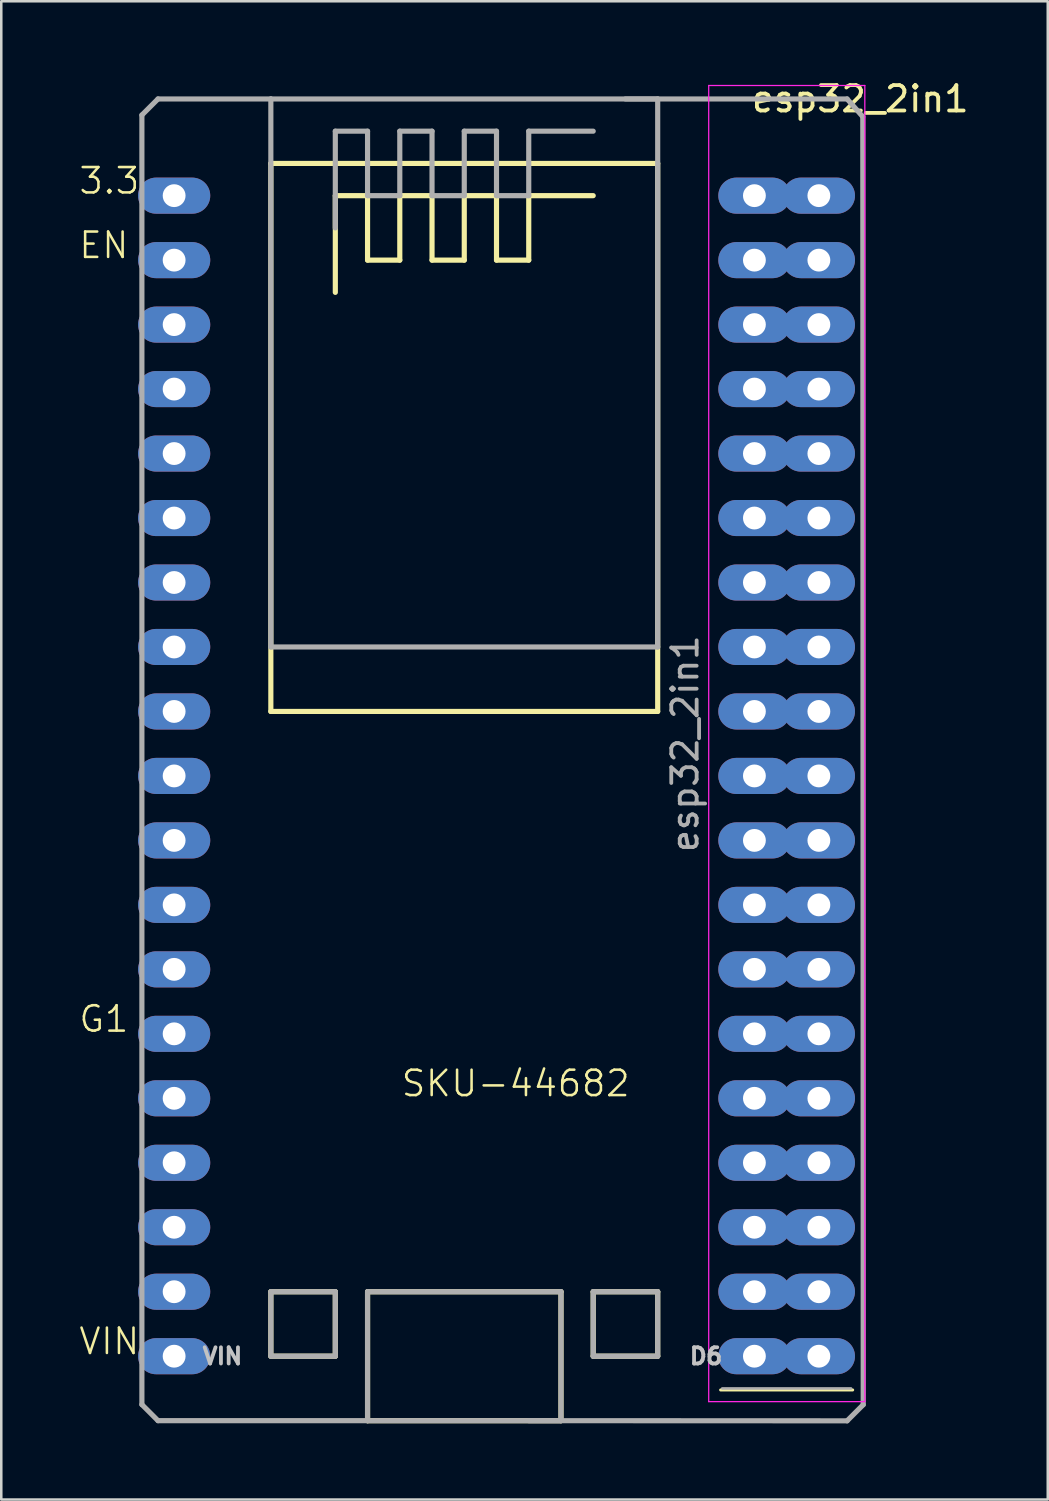
<source format=kicad_pcb>
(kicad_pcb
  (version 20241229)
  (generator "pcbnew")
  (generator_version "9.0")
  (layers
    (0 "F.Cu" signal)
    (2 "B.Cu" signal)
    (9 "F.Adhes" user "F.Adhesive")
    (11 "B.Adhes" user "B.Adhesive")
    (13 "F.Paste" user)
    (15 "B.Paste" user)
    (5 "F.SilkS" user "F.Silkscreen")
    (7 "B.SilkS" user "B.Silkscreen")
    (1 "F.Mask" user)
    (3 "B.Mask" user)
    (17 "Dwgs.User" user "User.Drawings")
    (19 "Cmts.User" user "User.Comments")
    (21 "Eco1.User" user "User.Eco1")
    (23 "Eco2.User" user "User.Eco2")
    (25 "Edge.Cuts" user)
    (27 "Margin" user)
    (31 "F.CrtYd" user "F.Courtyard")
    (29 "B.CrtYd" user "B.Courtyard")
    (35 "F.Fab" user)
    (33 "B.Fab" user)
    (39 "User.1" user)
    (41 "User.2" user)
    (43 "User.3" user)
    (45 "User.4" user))
  (footprint "esp32_2in1"
    (layer "F.Cu")
    (at 15.84 26.248)
    (property "Reference" "esp32_2in1" (at 15 -25.4 0) (layer "F.SilkS") (effects (font (size 1 1) (thickness 0.15))))
    (attr through_hole)
    (fp_line (start -8.22 -22.86) (end -8.22 -1.27) (stroke (width 0.203) (type solid)) (layer "F.SilkS"))
    (fp_line (start -8.22 -22.86) (end 7.02 -22.86) (stroke (width 0.203) (type solid)) (layer "F.SilkS"))
    (fp_line (start -8.22 -1.27) (end 7.02 -1.27) (stroke (width 0.203) (type solid)) (layer "F.SilkS"))
    (fp_line (start -8.22 21.59) (end -5.68 21.59) (stroke (width 0.203) (type solid)) (layer "F.SilkS"))
    (fp_line (start -8.22 24.13) (end -8.22 21.59) (stroke (width 0.203) (type solid)) (layer "F.SilkS"))
    (fp_line (start -5.68 -21.59) (end -4.41 -21.59) (stroke (width 0.203) (type solid)) (layer "F.SilkS"))
    (fp_line (start -5.68 -17.78) (end -5.68 -21.59) (stroke (width 0.203) (type solid)) (layer "F.SilkS"))
    (fp_line (start -5.68 21.59) (end -5.68 24.13) (stroke (width 0.203) (type solid)) (layer "F.SilkS"))
    (fp_line (start -5.68 24.13) (end -8.22 24.13) (stroke (width 0.203) (type solid)) (layer "F.SilkS"))
    (fp_line (start -4.41 -21.59) (end -4.41 -19.05) (stroke (width 0.203) (type solid)) (layer "F.SilkS"))
    (fp_line (start -4.41 -19.05) (end -3.14 -19.05) (stroke (width 0.203) (type solid)) (layer "F.SilkS"))
    (fp_line (start -4.41 21.59) (end 3.21 21.59) (stroke (width 0.203) (type solid)) (layer "F.SilkS"))
    (fp_line (start -4.41 26.67) (end -4.41 21.59) (stroke (width 0.203) (type solid)) (layer "F.SilkS"))
    (fp_line (start -4.41 26.67) (end 3.21 26.67) (stroke (width 0.203) (type solid)) (layer "F.SilkS"))
    (fp_line (start -3.14 -21.59) (end -1.87 -21.59) (stroke (width 0.203) (type solid)) (layer "F.SilkS"))
    (fp_line (start -3.14 -19.05) (end -3.14 -21.59) (stroke (width 0.203) (type solid)) (layer "F.SilkS"))
    (fp_line (start -1.87 -21.59) (end -1.87 -19.05) (stroke (width 0.203) (type solid)) (layer "F.SilkS"))
    (fp_line (start -1.87 -19.05) (end -0.6 -19.05) (stroke (width 0.203) (type solid)) (layer "F.SilkS"))
    (fp_line (start -0.6 -21.59) (end 0.67 -21.59) (stroke (width 0.203) (type solid)) (layer "F.SilkS"))
    (fp_line (start -0.6 -19.05) (end -0.6 -21.59) (stroke (width 0.203) (type solid)) (layer "F.SilkS"))
    (fp_line (start 0.67 -21.59) (end 0.67 -19.05) (stroke (width 0.203) (type solid)) (layer "F.SilkS"))
    (fp_line (start 0.67 -19.05) (end 1.94 -19.05) (stroke (width 0.203) (type solid)) (layer "F.SilkS"))
    (fp_line (start 1.94 -21.59) (end 4.48 -21.59) (stroke (width 0.203) (type solid)) (layer "F.SilkS"))
    (fp_line (start 1.94 -19.05) (end 1.94 -21.59) (stroke (width 0.203) (type solid)) (layer "F.SilkS"))
    (fp_line (start 3.21 21.59) (end 3.21 26.67) (stroke (width 0.203) (type solid)) (layer "F.SilkS"))
    (fp_line (start 4.48 21.59) (end 4.48 24.13) (stroke (width 0.203) (type solid)) (layer "F.SilkS"))
    (fp_line (start 4.48 24.13) (end 7.02 24.13) (stroke (width 0.203) (type solid)) (layer "F.SilkS"))
    (fp_line (start 7.02 -1.27) (end 7.02 -22.86) (stroke (width 0.203) (type solid)) (layer "F.SilkS"))
    (fp_line (start 7.02 21.59) (end 4.48 21.59) (stroke (width 0.203) (type solid)) (layer "F.SilkS"))
    (fp_line (start 7.02 24.13) (end 7.02 21.59) (stroke (width 0.203) (type solid)) (layer "F.SilkS"))
    (fp_line (start 9.5 25.46) (end 14.7 25.46) (stroke (width 0.12) (type solid)) (layer "F.SilkS"))
    (fp_line (start 9.03 -25.93) (end 9.03 25.92) (stroke (width 0.05) (type solid)) (layer "F.CrtYd"))
    (fp_line (start 9.03 25.92) (end 15.18 25.92) (stroke (width 0.05) (type solid)) (layer "F.CrtYd"))
    (fp_line (start 15.18 -25.93) (end 9.03 -25.93) (stroke (width 0.05) (type solid)) (layer "F.CrtYd"))
    (fp_line (start 15.18 25.92) (end 15.18 -25.93) (stroke (width 0.05) (type solid)) (layer "F.CrtYd"))
    (fp_line (start -13.3 -24.765) (end -12.665 -25.4) (stroke (width 0.203) (type solid)) (layer "F.Fab"))
    (fp_line (start -13.3 26.035) (end -13.3 -24.765) (stroke (width 0.203) (type solid)) (layer "F.Fab"))
    (fp_line (start -13.3 26.035) (end -12.665 26.67) (stroke (width 0.203) (type solid)) (layer "F.Fab"))
    (fp_line (start -12.665 -25.4) (end -8.22 -25.4) (stroke (width 0.203) (type solid)) (layer "F.Fab"))
    (fp_line (start -12.665 26.67) (end -4.41 26.67) (stroke (width 0.203) (type solid)) (layer "F.Fab"))
    (fp_line (start -8.22 -25.4) (end -8.22 -3.81) (stroke (width 0.203) (type solid)) (layer "F.Fab"))
    (fp_line (start -8.22 -25.4) (end 7.02 -25.4) (stroke (width 0.203) (type solid)) (layer "F.Fab"))
    (fp_line (start -8.22 -3.81) (end 7.02 -3.81) (stroke (width 0.203) (type solid)) (layer "F.Fab"))
    (fp_line (start -8.22 21.59) (end -5.68 21.59) (stroke (width 0.203) (type solid)) (layer "F.Fab"))
    (fp_line (start -8.22 24.13) (end -8.22 21.59) (stroke (width 0.203) (type solid)) (layer "F.Fab"))
    (fp_line (start -5.68 -24.13) (end -4.41 -24.13) (stroke (width 0.203) (type solid)) (layer "F.Fab"))
    (fp_line (start -5.68 -20.32) (end -5.68 -24.13) (stroke (width 0.203) (type solid)) (layer "F.Fab"))
    (fp_line (start -5.68 21.59) (end -5.68 24.13) (stroke (width 0.203) (type solid)) (layer "F.Fab"))
    (fp_line (start -5.68 24.13) (end -8.22 24.13) (stroke (width 0.203) (type solid)) (layer "F.Fab"))
    (fp_line (start -4.41 -24.13) (end -4.41 -21.59) (stroke (width 0.203) (type solid)) (layer "F.Fab"))
    (fp_line (start -4.41 -21.59) (end -3.14 -21.59) (stroke (width 0.203) (type solid)) (layer "F.Fab"))
    (fp_line (start -4.41 21.59) (end 3.21 21.59) (stroke (width 0.203) (type solid)) (layer "F.Fab"))
    (fp_line (start -4.41 26.67) (end -4.41 21.59) (stroke (width 0.203) (type solid)) (layer "F.Fab"))
    (fp_line (start -4.41 26.67) (end 3.21 26.67) (stroke (width 0.203) (type solid)) (layer "F.Fab"))
    (fp_line (start -3.14 -24.13) (end -1.87 -24.13) (stroke (width 0.203) (type solid)) (layer "F.Fab"))
    (fp_line (start -3.14 -21.59) (end -3.14 -24.13) (stroke (width 0.203) (type solid)) (layer "F.Fab"))
    (fp_line (start -1.87 -24.13) (end -1.87 -21.59) (stroke (width 0.203) (type solid)) (layer "F.Fab"))
    (fp_line (start -1.87 -21.59) (end -0.6 -21.59) (stroke (width 0.203) (type solid)) (layer "F.Fab"))
    (fp_line (start -0.6 -24.13) (end 0.67 -24.13) (stroke (width 0.203) (type solid)) (layer "F.Fab"))
    (fp_line (start -0.6 -21.59) (end -0.6 -24.13) (stroke (width 0.203) (type solid)) (layer "F.Fab"))
    (fp_line (start 0.67 -24.13) (end 0.67 -21.59) (stroke (width 0.203) (type solid)) (layer "F.Fab"))
    (fp_line (start 0.67 -21.59) (end 1.94 -21.59) (stroke (width 0.203) (type solid)) (layer "F.Fab"))
    (fp_line (start 1.94 -24.13) (end 4.48 -24.13) (stroke (width 0.203) (type solid)) (layer "F.Fab"))
    (fp_line (start 1.94 -21.59) (end 1.94 -24.13) (stroke (width 0.203) (type solid)) (layer "F.Fab"))
    (fp_line (start 1.94 26.67) (end 14.482 26.676) (stroke (width 0.203) (type solid)) (layer "F.Fab"))
    (fp_line (start 3.21 21.59) (end 3.21 26.67) (stroke (width 0.203) (type solid)) (layer "F.Fab"))
    (fp_line (start 4.48 21.59) (end 4.48 24.13) (stroke (width 0.203) (type solid)) (layer "F.Fab"))
    (fp_line (start 4.48 24.13) (end 7.02 24.13) (stroke (width 0.203) (type solid)) (layer "F.Fab"))
    (fp_line (start 5.75 -25.4) (end 14.482 -25.4) (stroke (width 0.203) (type solid)) (layer "F.Fab"))
    (fp_line (start 7.02 -3.81) (end 7.02 -25.4) (stroke (width 0.203) (type solid)) (layer "F.Fab"))
    (fp_line (start 7.02 21.59) (end 4.48 21.59) (stroke (width 0.203) (type solid)) (layer "F.Fab"))
    (fp_line (start 7.02 24.13) (end 7.02 21.59) (stroke (width 0.203) (type solid)) (layer "F.Fab"))
    (fp_line (start 14.482 -25.4) (end 15.1 -24.7) (stroke (width 0.203) (type solid)) (layer "F.Fab"))
    (fp_line (start 14.64 25.4) (end 9.56 25.4) (stroke (width 0.1) (type solid)) (layer "F.Fab"))
    (fp_line (start 15.1 -24.7) (end 15.117 26.041) (stroke (width 0.203) (type solid)) (layer "F.Fab"))
    (fp_line (start 15.117 26.041) (end 14.482 26.676) (stroke (width 0.203) (type solid)) (layer "F.Fab"))
    (fp_text user "SKU-44682" (at -3.14 13.97 0) (unlocked yes) (layer "F.SilkS") (effects (font (size 1 1) (thickness 0.1)) (justify left bottom)))
    (fp_text user "EN" (at -15.84 -19.05 0) (unlocked yes) (layer "F.SilkS") (effects (font (size 1 1) (thickness 0.1)) (justify left bottom)))
    (fp_text user "G1" (at -15.84 11.43 0) (unlocked yes) (layer "F.SilkS") (effects (font (size 1 1) (thickness 0.1)) (justify left bottom)))
    (fp_text user "3.3" (at -15.84 -21.59 0) (unlocked yes) (layer "F.SilkS") (effects (font (size 1 1) (thickness 0.1)) (justify left bottom)))
    (fp_text user "VIN" (at -15.84 24.13 0) (unlocked yes) (layer "F.SilkS") (effects (font (size 1 1) (thickness 0.1)) (justify left bottom)))
    (fp_text user "VIN" (at -10.125 24.13 180) (layer "Dwgs.User") (effects (font (size 0.64 0.64) (thickness 0.15))))
    (fp_text user "D6" (at 8.925 24.13 180) (layer "Dwgs.User") (effects (font (size 0.64 0.64) (thickness 0.15))))
    (fp_text user "${REFERENCE}" (at 8.1 0 90) (layer "F.Fab") (effects (font (size 1 1) (thickness 0.15))))
    (pad "3V3" thru_hole oval (at -12.03 -21.59) (size 2.845 1.422) (drill 0.9) (layers "*.Cu" "*.Mask"))
    (pad "EN" thru_hole oval (at -12.03 -19.05) (size 2.845 1.422) (drill 0.9) (layers "*.Cu" "*.Mask"))
    (pad "GND@1" thru_hole oval (at -12.03 11.43) (size 2.845 1.422) (drill 0.9) (layers "*.Cu" "*.Mask"))
    (pad "GND@2" thru_hole oval (at 10.83 -21.59) (size 2.845 1.422) (drill 0.9) (layers "*.Cu" "*.Mask"))
    (pad "GND@2" thru_hole oval (at 13.37 -21.59) (size 2.845 1.422) (drill 0.9) (layers "*.Cu" "*.Mask"))
    (pad "GND@3" thru_hole oval (at 10.83 -6.35) (size 2.845 1.422) (drill 0.9) (layers "*.Cu" "*.Mask"))
    (pad "GND@3" thru_hole oval (at 13.37 -6.35) (size 2.845 1.422) (drill 0.9) (layers "*.Cu" "*.Mask"))
    (pad "GPIO0" thru_hole oval (at 10.83 11.43) (size 2.845 1.422) (drill 0.9) (layers "*.Cu" "*.Mask"))
    (pad "GPIO0" thru_hole oval (at 13.37 11.43) (size 2.845 1.422) (drill 0.9) (layers "*.Cu" "*.Mask"))
    (pad "GPIO2" thru_hole oval (at 10.83 13.97) (size 2.845 1.422) (drill 0.9) (layers "*.Cu" "*.Mask"))
    (pad "GPIO2" thru_hole oval (at 13.37 13.97) (size 2.845 1.422) (drill 0.9) (layers "*.Cu" "*.Mask"))
    (pad "GPIO4" thru_hole oval (at 10.83 8.89) (size 2.845 1.422) (drill 0.9) (layers "*.Cu" "*.Mask"))
    (pad "GPIO4" thru_hole oval (at 13.37 8.89) (size 2.845 1.422) (drill 0.9) (layers "*.Cu" "*.Mask"))
    (pad "GPIO5" thru_hole oval (at 10.83 1.27) (size 2.845 1.422) (drill 0.9) (layers "*.Cu" "*.Mask"))
    (pad "GPIO5" thru_hole oval (at 13.37 1.27) (size 2.845 1.422) (drill 0.9) (layers "*.Cu" "*.Mask"))
    (pad "GPIO6" thru_hole oval (at 10.83 24.13) (size 2.845 1.422) (drill 0.9) (layers "*.Cu" "*.Mask"))
    (pad "GPIO6" thru_hole oval (at 13.37 24.13) (size 2.845 1.422) (drill 0.9) (layers "*.Cu" "*.Mask"))
    (pad "GPIO7" thru_hole oval (at 10.83 21.59) (size 2.845 1.422) (drill 0.9) (layers "*.Cu" "*.Mask"))
    (pad "GPIO7" thru_hole oval (at 13.37 21.59) (size 2.845 1.422) (drill 0.9) (layers "*.Cu" "*.Mask"))
    (pad "GPIO8" thru_hole oval (at 10.83 19.05) (size 2.845 1.422) (drill 0.9) (layers "*.Cu" "*.Mask"))
    (pad "GPIO8" thru_hole oval (at 13.37 19.05) (size 2.845 1.422) (drill 0.9) (layers "*.Cu" "*.Mask"))
    (pad "GPIO9" thru_hole oval (at -12.03 16.51) (size 2.845 1.422) (drill 0.9) (layers "*.Cu" "*.Mask"))
    (pad "GPIO10" thru_hole oval (at -12.03 19.05) (size 2.845 1.422) (drill 0.9) (layers "*.Cu" "*.Mask"))
    (pad "GPIO11" thru_hole oval (at -12.03 21.59) (size 2.845 1.422) (drill 0.9) (layers "*.Cu" "*.Mask"))
    (pad "GPIO12" thru_hole oval (at -12.03 8.89) (size 2.845 1.422) (drill 0.9) (layers "*.Cu" "*.Mask"))
    (pad "GPIO13" thru_hole oval (at -12.03 13.97) (size 2.845 1.422) (drill 0.9) (layers "*.Cu" "*.Mask"))
    (pad "GPIO14" thru_hole oval (at -12.03 6.35) (size 2.845 1.422) (drill 0.9) (layers "*.Cu" "*.Mask"))
    (pad "GPIO15" thru_hole oval (at 10.83 16.51) (size 2.845 1.422) (drill 0.9) (layers "*.Cu" "*.Mask"))
    (pad "GPIO15" thru_hole oval (at 13.37 16.51) (size 2.845 1.422) (drill 0.9) (layers "*.Cu" "*.Mask"))
    (pad "GPIO16" thru_hole oval (at 10.83 6.35) (size 2.845 1.422) (drill 0.9) (layers "*.Cu" "*.Mask"))
    (pad "GPIO16" thru_hole oval (at 13.37 6.35) (size 2.845 1.422) (drill 0.9) (layers "*.Cu" "*.Mask"))
    (pad "GPIO17" thru_hole oval (at 10.83 3.81) (size 2.845 1.422) (drill 0.9) (layers "*.Cu" "*.Mask"))
    (pad "GPIO17" thru_hole oval (at 13.37 3.81) (size 2.845 1.422) (drill 0.9) (layers "*.Cu" "*.Mask"))
    (pad "GPIO18" thru_hole oval (at 10.83 -1.27) (size 2.845 1.422) (drill 0.9) (layers "*.Cu" "*.Mask"))
    (pad "GPIO18" thru_hole oval (at 13.37 -1.27) (size 2.845 1.422) (drill 0.9) (layers "*.Cu" "*.Mask"))
    (pad "GPIO19" thru_hole oval (at 10.83 -3.81) (size 2.845 1.422) (drill 0.9) (layers "*.Cu" "*.Mask"))
    (pad "GPIO19" thru_hole oval (at 13.37 -3.81) (size 2.845 1.422) (drill 0.9) (layers "*.Cu" "*.Mask"))
    (pad "GPIO21" thru_hole oval (at 10.83 -8.89) (size 2.845 1.422) (drill 0.9) (layers "*.Cu" "*.Mask"))
    (pad "GPIO21" thru_hole oval (at 13.37 -8.89) (size 2.845 1.422) (drill 0.9) (layers "*.Cu" "*.Mask"))
    (pad "GPIO22" thru_hole oval (at 10.83 -16.51) (size 2.845 1.422) (drill 0.9) (layers "*.Cu" "*.Mask"))
    (pad "GPIO22" thru_hole oval (at 13.37 -16.51) (size 2.845 1.422) (drill 0.9) (layers "*.Cu" "*.Mask"))
    (pad "GPIO23" thru_hole oval (at 10.83 -19.05) (size 2.845 1.422) (drill 0.9) (layers "*.Cu" "*.Mask"))
    (pad "GPIO23" thru_hole oval (at 13.37 -19.05) (size 2.845 1.422) (drill 0.9) (layers "*.Cu" "*.Mask"))
    (pad "GPIO25" thru_hole oval (at -12.03 -1.27) (size 2.845 1.422) (drill 0.9) (layers "*.Cu" "*.Mask"))
    (pad "GPIO26" thru_hole oval (at -12.03 1.27) (size 2.845 1.422) (drill 0.9) (layers "*.Cu" "*.Mask"))
    (pad "GPIO27" thru_hole oval (at -12.03 3.81) (size 2.845 1.422) (drill 0.9) (layers "*.Cu" "*.Mask"))
    (pad "GPIO32" thru_hole oval (at -12.03 -6.35) (size 2.845 1.422) (drill 0.9) (layers "*.Cu" "*.Mask"))
    (pad "GPIO33" thru_hole oval (at -12.03 -3.81) (size 2.845 1.422) (drill 0.9) (layers "*.Cu" "*.Mask"))
    (pad "GPIO34" thru_hole oval (at -12.03 -11.43) (size 2.845 1.422) (drill 0.9) (layers "*.Cu" "*.Mask"))
    (pad "GPIO35" thru_hole oval (at -12.03 -8.89) (size 2.845 1.422) (drill 0.9) (layers "*.Cu" "*.Mask"))
    (pad "GPIO36" thru_hole oval (at -12.03 -16.51) (size 2.845 1.422) (drill 0.9) (layers "*.Cu" "*.Mask"))
    (pad "GPIO39" thru_hole oval (at -12.03 -13.97) (size 2.845 1.422) (drill 0.9) (layers "*.Cu" "*.Mask"))
    (pad "RX0" thru_hole oval (at 10.83 -11.43) (size 2.845 1.422) (drill 0.9) (layers "*.Cu" "*.Mask"))
    (pad "RX0" thru_hole oval (at 13.37 -11.43) (size 2.845 1.422) (drill 0.9) (layers "*.Cu" "*.Mask"))
    (pad "TX0" thru_hole oval (at 10.83 -13.97) (size 2.845 1.422) (drill 0.9) (layers "*.Cu" "*.Mask"))
    (pad "TX0" thru_hole oval (at 13.37 -13.97) (size 2.845 1.422) (drill 0.9) (layers "*.Cu" "*.Mask"))
    (pad "VIN" thru_hole oval (at -12.03 24.13) (size 2.845 1.422) (drill 0.9) (layers "*.Cu" "*.Mask")))
  (gr_rect
    (start -3 -3)
    (end 38.227 56.025)
    (stroke (width 0.1) (type default))
    (fill no)
    (layer "Edge.Cuts")))
</source>
